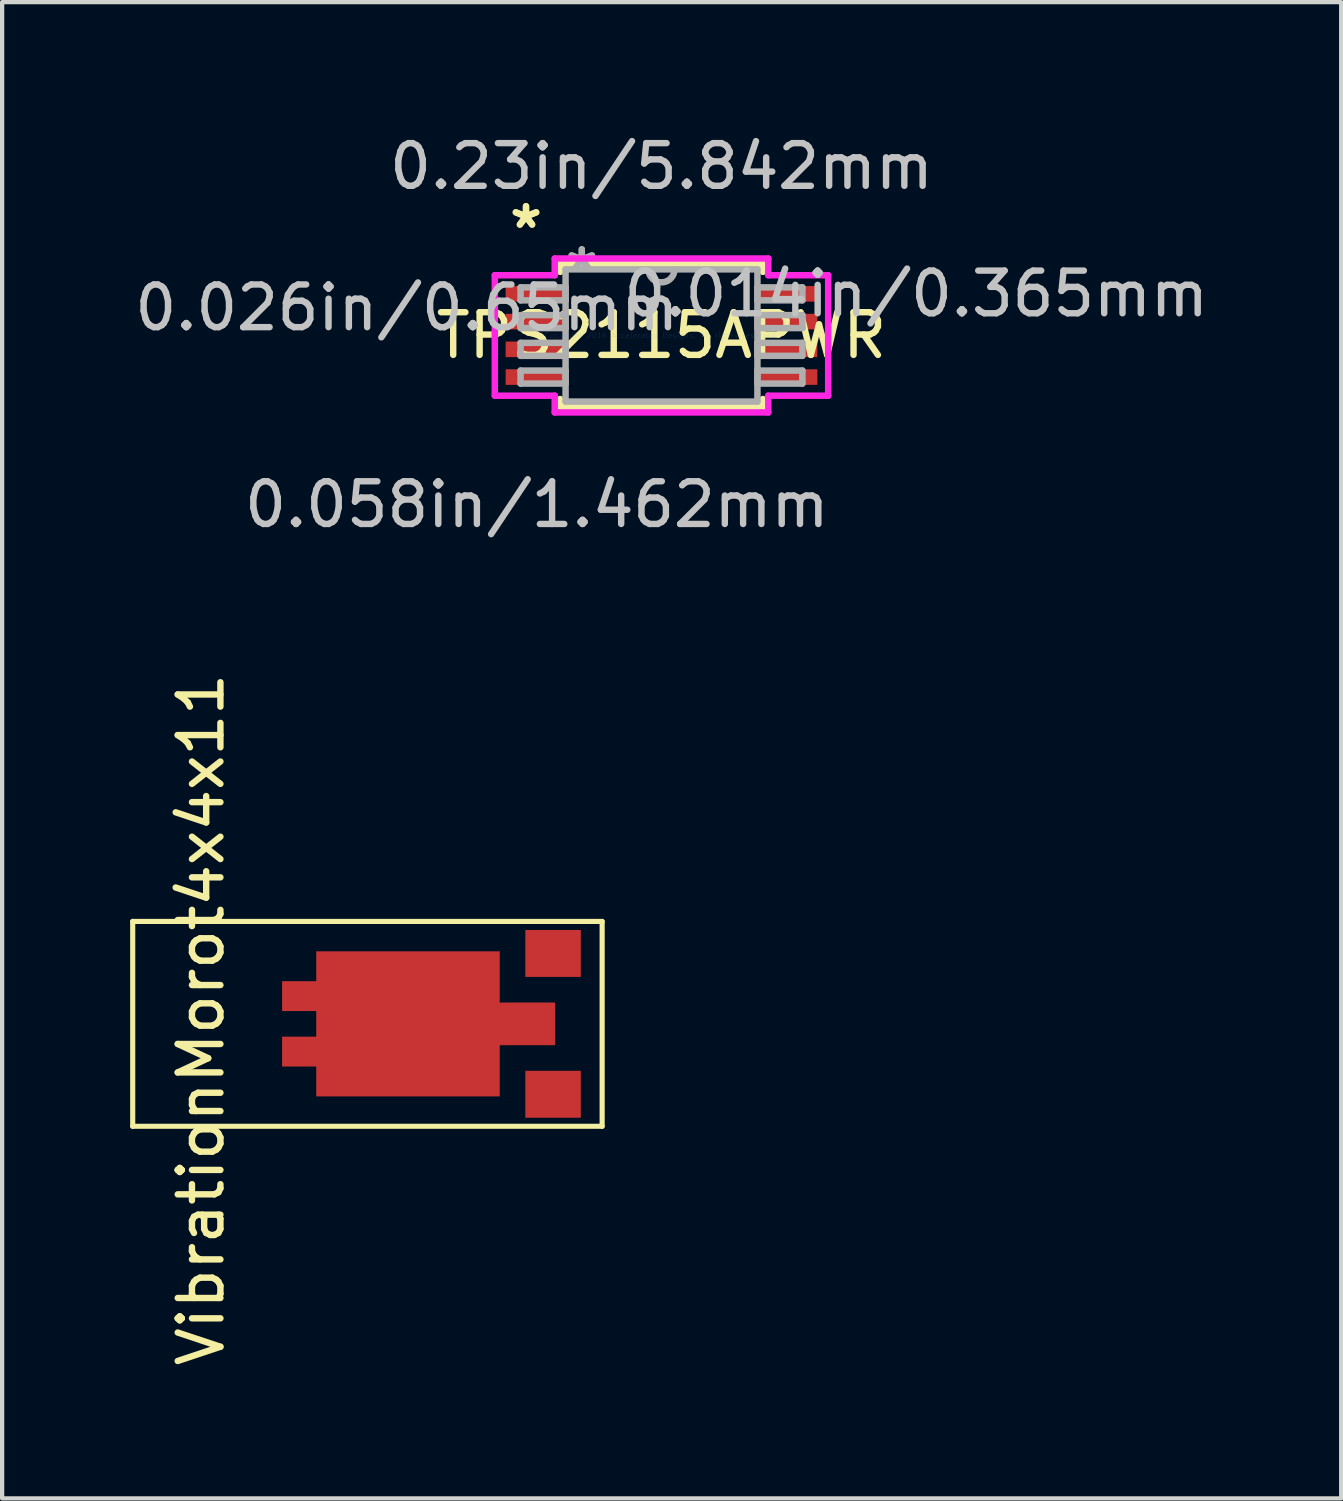
<source format=kicad_pcb>
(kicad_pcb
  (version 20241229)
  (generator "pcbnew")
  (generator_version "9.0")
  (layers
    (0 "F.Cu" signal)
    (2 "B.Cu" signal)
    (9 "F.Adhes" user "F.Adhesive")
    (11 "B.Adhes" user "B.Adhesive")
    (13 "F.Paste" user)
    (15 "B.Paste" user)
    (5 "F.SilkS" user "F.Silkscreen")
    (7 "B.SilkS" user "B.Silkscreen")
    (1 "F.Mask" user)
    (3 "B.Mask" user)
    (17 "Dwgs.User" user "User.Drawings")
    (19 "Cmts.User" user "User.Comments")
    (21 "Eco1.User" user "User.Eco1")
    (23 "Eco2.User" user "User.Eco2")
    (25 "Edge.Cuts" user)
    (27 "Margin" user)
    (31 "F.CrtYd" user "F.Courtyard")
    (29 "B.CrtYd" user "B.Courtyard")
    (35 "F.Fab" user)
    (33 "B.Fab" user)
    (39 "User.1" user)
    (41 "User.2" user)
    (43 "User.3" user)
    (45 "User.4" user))
  (footprint "TPS2115APWR"
    (layer "F.Cu")
    (at 12.451 4.811)
    (property "Reference" "TPS2115APWR" (at 0 0 0) (layer "F.SilkS") (effects (font (size 1 1) (thickness 0.15))))
    (attr through_hole)
    (fp_line (start -2.375 -1.676) (end -2.375 -1.49) (stroke (width 0.152) (type solid)) (layer "F.SilkS"))
    (fp_line (start -2.375 1.49) (end -2.375 1.676) (stroke (width 0.152) (type solid)) (layer "F.SilkS"))
    (fp_line (start -2.375 1.676) (end 2.375 1.676) (stroke (width 0.152) (type solid)) (layer "F.SilkS"))
    (fp_line (start 2.375 -1.676) (end -2.375 -1.676) (stroke (width 0.152) (type solid)) (layer "F.SilkS"))
    (fp_line (start 2.375 -1.49) (end 2.375 -1.676) (stroke (width 0.152) (type solid)) (layer "F.SilkS"))
    (fp_line (start 2.375 1.676) (end 2.375 1.49) (stroke (width 0.152) (type solid)) (layer "F.SilkS"))
    (fp_line (start -3.906 -1.411) (end -2.502 -1.411) (stroke (width 0.152) (type solid)) (layer "F.CrtYd"))
    (fp_line (start -3.906 1.411) (end -3.906 -1.411) (stroke (width 0.152) (type solid)) (layer "F.CrtYd"))
    (fp_line (start -2.502 -1.803) (end 2.502 -1.803) (stroke (width 0.152) (type solid)) (layer "F.CrtYd"))
    (fp_line (start -2.502 -1.411) (end -2.502 -1.803) (stroke (width 0.152) (type solid)) (layer "F.CrtYd"))
    (fp_line (start -2.502 1.411) (end -3.906 1.411) (stroke (width 0.152) (type solid)) (layer "F.CrtYd"))
    (fp_line (start -2.502 1.803) (end -2.502 1.411) (stroke (width 0.152) (type solid)) (layer "F.CrtYd"))
    (fp_line (start 2.502 -1.803) (end 2.502 -1.411) (stroke (width 0.152) (type solid)) (layer "F.CrtYd"))
    (fp_line (start 2.502 -1.411) (end 3.906 -1.411) (stroke (width 0.152) (type solid)) (layer "F.CrtYd"))
    (fp_line (start 2.502 1.411) (end 2.502 1.803) (stroke (width 0.152) (type solid)) (layer "F.CrtYd"))
    (fp_line (start 2.502 1.803) (end -2.502 1.803) (stroke (width 0.152) (type solid)) (layer "F.CrtYd"))
    (fp_line (start 3.906 -1.411) (end 3.906 1.411) (stroke (width 0.152) (type solid)) (layer "F.CrtYd"))
    (fp_line (start 3.906 1.411) (end 2.502 1.411) (stroke (width 0.152) (type solid)) (layer "F.CrtYd"))
    (fp_line (start -3.302 -1.127) (end -3.302 -0.823) (stroke (width 0.152) (type solid)) (layer "F.Fab"))
    (fp_line (start -3.302 -0.823) (end -2.248 -0.823) (stroke (width 0.152) (type solid)) (layer "F.Fab"))
    (fp_line (start -3.302 -0.477) (end -3.302 -0.173) (stroke (width 0.152) (type solid)) (layer "F.Fab"))
    (fp_line (start -3.302 -0.173) (end -2.248 -0.173) (stroke (width 0.152) (type solid)) (layer "F.Fab"))
    (fp_line (start -3.302 0.173) (end -3.302 0.477) (stroke (width 0.152) (type solid)) (layer "F.Fab"))
    (fp_line (start -3.302 0.477) (end -2.248 0.477) (stroke (width 0.152) (type solid)) (layer "F.Fab"))
    (fp_line (start -3.302 0.823) (end -3.302 1.127) (stroke (width 0.152) (type solid)) (layer "F.Fab"))
    (fp_line (start -3.302 1.127) (end -2.248 1.127) (stroke (width 0.152) (type solid)) (layer "F.Fab"))
    (fp_line (start -2.248 -1.549) (end -2.248 1.549) (stroke (width 0.152) (type solid)) (layer "F.Fab"))
    (fp_line (start -2.248 -1.127) (end -3.302 -1.127) (stroke (width 0.152) (type solid)) (layer "F.Fab"))
    (fp_line (start -2.248 -0.823) (end -2.248 -1.127) (stroke (width 0.152) (type solid)) (layer "F.Fab"))
    (fp_line (start -2.248 -0.477) (end -3.302 -0.477) (stroke (width 0.152) (type solid)) (layer "F.Fab"))
    (fp_line (start -2.248 -0.173) (end -2.248 -0.477) (stroke (width 0.152) (type solid)) (layer "F.Fab"))
    (fp_line (start -2.248 0.173) (end -3.302 0.173) (stroke (width 0.152) (type solid)) (layer "F.Fab"))
    (fp_line (start -2.248 0.477) (end -2.248 0.173) (stroke (width 0.152) (type solid)) (layer "F.Fab"))
    (fp_line (start -2.248 0.823) (end -3.302 0.823) (stroke (width 0.152) (type solid)) (layer "F.Fab"))
    (fp_line (start -2.248 1.127) (end -2.248 0.823) (stroke (width 0.152) (type solid)) (layer "F.Fab"))
    (fp_line (start -2.248 1.549) (end 2.248 1.549) (stroke (width 0.152) (type solid)) (layer "F.Fab"))
    (fp_line (start 2.248 -1.549) (end -2.248 -1.549) (stroke (width 0.152) (type solid)) (layer "F.Fab"))
    (fp_line (start 2.248 -1.127) (end 2.248 -0.823) (stroke (width 0.152) (type solid)) (layer "F.Fab"))
    (fp_line (start 2.248 -0.823) (end 3.302 -0.823) (stroke (width 0.152) (type solid)) (layer "F.Fab"))
    (fp_line (start 2.248 -0.477) (end 2.248 -0.173) (stroke (width 0.152) (type solid)) (layer "F.Fab"))
    (fp_line (start 2.248 -0.173) (end 3.302 -0.173) (stroke (width 0.152) (type solid)) (layer "F.Fab"))
    (fp_line (start 2.248 0.173) (end 2.248 0.477) (stroke (width 0.152) (type solid)) (layer "F.Fab"))
    (fp_line (start 2.248 0.477) (end 3.302 0.477) (stroke (width 0.152) (type solid)) (layer "F.Fab"))
    (fp_line (start 2.248 0.823) (end 2.248 1.127) (stroke (width 0.152) (type solid)) (layer "F.Fab"))
    (fp_line (start 2.248 1.127) (end 3.302 1.127) (stroke (width 0.152) (type solid)) (layer "F.Fab"))
    (fp_line (start 2.248 1.549) (end 2.248 -1.549) (stroke (width 0.152) (type solid)) (layer "F.Fab"))
    (fp_line (start 3.302 -1.127) (end 2.248 -1.127) (stroke (width 0.152) (type solid)) (layer "F.Fab"))
    (fp_line (start 3.302 -0.823) (end 3.302 -1.127) (stroke (width 0.152) (type solid)) (layer "F.Fab"))
    (fp_line (start 3.302 -0.477) (end 2.248 -0.477) (stroke (width 0.152) (type solid)) (layer "F.Fab"))
    (fp_line (start 3.302 -0.173) (end 3.302 -0.477) (stroke (width 0.152) (type solid)) (layer "F.Fab"))
    (fp_line (start 3.302 0.173) (end 2.248 0.173) (stroke (width 0.152) (type solid)) (layer "F.Fab"))
    (fp_line (start 3.302 0.477) (end 3.302 0.173) (stroke (width 0.152) (type solid)) (layer "F.Fab"))
    (fp_line (start 3.302 0.823) (end 2.248 0.823) (stroke (width 0.152) (type solid)) (layer "F.Fab"))
    (fp_line (start 3.302 1.127) (end 3.302 0.823) (stroke (width 0.152) (type solid)) (layer "F.Fab"))
    (fp_arc (start 0.3048 -1.5494) (mid 0 -1.2446) (end -0.3048 -1.5494) (stroke (width 0.1524) (type solid)) (layer "F.Fab"))
    (fp_text user "*" (at -3.175 -2.483 0) (layer "F.SilkS") (effects (font (size 1 1) (thickness 0.15))))
    (fp_text user "*" (at -3.175 -2.483 0) (layer "F.SilkS") (effects (font (size 1 1) (thickness 0.15))))
    (fp_text user "0.014in/0.365mm" (at 5.969 -0.975 0) (layer "Dwgs.User") (effects (font (size 1 1) (thickness 0.15))))
    (fp_text user "0.23in/5.842mm" (at 0 -3.962 0) (layer "Dwgs.User") (effects (font (size 1 1) (thickness 0.15))))
    (fp_text user "0.026in/0.65mm" (at -5.969 -0.65 0) (layer "Dwgs.User") (effects (font (size 1 1) (thickness 0.15))))
    (fp_text user "0.058in/1.462mm" (at -2.921 3.962 0) (layer "Dwgs.User") (effects (font (size 1 1) (thickness 0.15))))
    (fp_text user "Copyright 2016 Accelerated Designs. All rights reserved." (at 0 0 0) (layer "Cmts.User") (effects (font (size 0.127 0.127) (thickness 0.002))))
    (fp_text user "*" (at -1.867 -1.473 0) (layer "F.Fab") (effects (font (size 1 1) (thickness 0.15))))
    (fp_text user "*" (at -1.867 -1.473 0) (layer "F.Fab") (effects (font (size 1 1) (thickness 0.15))))
    (pad "1" smd rect (at -2.921 -0.975) (size 1.462 0.365) (layers "F.Cu" "F.Mask" "F.Paste"))
    (pad "2" smd rect (at -2.921 -0.325) (size 1.462 0.365) (layers "F.Cu" "F.Mask" "F.Paste"))
    (pad "3" smd rect (at -2.921 0.325) (size 1.462 0.365) (layers "F.Cu" "F.Mask" "F.Paste"))
    (pad "4" smd rect (at -2.921 0.975) (size 1.462 0.365) (layers "F.Cu" "F.Mask" "F.Paste"))
    (pad "5" smd rect (at 2.921 0.975) (size 1.462 0.365) (layers "F.Cu" "F.Mask" "F.Paste"))
    (pad "6" smd rect (at 2.921 0.325) (size 1.462 0.365) (layers "F.Cu" "F.Mask" "F.Paste"))
    (pad "7" smd rect (at 2.921 -0.325) (size 1.462 0.365) (layers "F.Cu" "F.Mask" "F.Paste"))
    (pad "8" smd rect (at 2.921 -0.975) (size 1.462 0.365) (layers "F.Cu" "F.Mask" "F.Paste")))
  (footprint "VibrationMorot4x4x11"
    (layer "F.Cu")
    (at 7.06 20.942)
    (property "Reference" "VibrationMorot4x4x11" (at -5.4 -0.1 90) (layer "F.SilkS") (effects (font (size 1 1) (thickness 0.15))))
    (attr through_hole)
    (fp_line (start -7 -2.4) (end -7 2.4) (stroke (width 0.12) (type solid)) (layer "F.SilkS"))
    (fp_line (start -7 2.4) (end 4 2.4) (stroke (width 0.12) (type solid)) (layer "F.SilkS"))
    (fp_line (start 4 -2.4) (end -7 -2.4) (stroke (width 0.12) (type solid)) (layer "F.SilkS"))
    (fp_line (start 4 2.4) (end 4 -2.4) (stroke (width 0.12) (type solid)) (layer "F.SilkS"))
    (pad "1" smd rect (at 2.85 -1.65) (size 1.3 1.1) (layers "F.Cu" "F.Mask" "F.Paste"))
    (pad "2" smd rect (at 2.85 1.65) (size 1.3 1.1) (layers "F.Cu" "F.Mask" "F.Paste"))
    (pad "CASE" smd custom (at -1.05 -0.1) (size 1.524 1.524) (layers "F.Cu" "F.Mask" "F.Paste") (options (anchor rect)) (primitives (gr_poly (pts (xy 2.65 -0.4) (xy 3.95 -0.4) (xy 3.95 0.6) (xy 2.65 0.6) (xy 2.65 1.8) (xy -1.65 1.8) (xy -1.65 1.1) (xy -2.45 1.1) (xy -2.45 0.4) (xy -1.65 0.4) (xy -1.65 -0.2) (xy -2.45 -0.2) (xy -2.45 -0.9) (xy -1.65 -0.9) (xy -1.65 -1.6) (xy 2.65 -1.6)) (width 0) (fill yes)))))
  (gr_rect
    (start -3 -3)
    (end 28.378 32.062)
    (stroke (width 0.1) (type default))
    (fill no)
    (layer "Edge.Cuts")))
</source>
